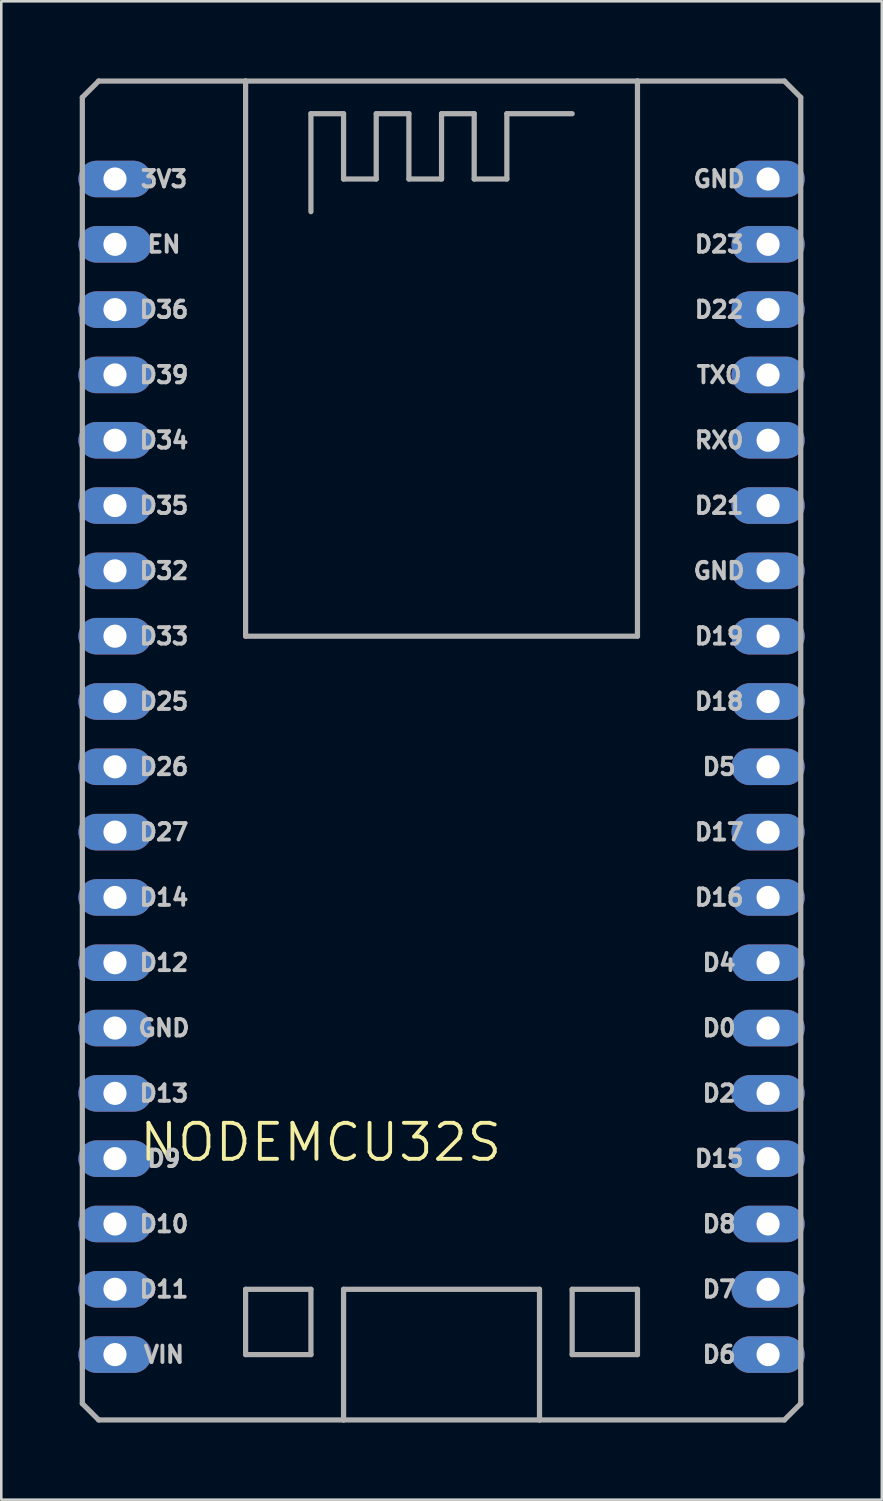
<source format=kicad_pcb>
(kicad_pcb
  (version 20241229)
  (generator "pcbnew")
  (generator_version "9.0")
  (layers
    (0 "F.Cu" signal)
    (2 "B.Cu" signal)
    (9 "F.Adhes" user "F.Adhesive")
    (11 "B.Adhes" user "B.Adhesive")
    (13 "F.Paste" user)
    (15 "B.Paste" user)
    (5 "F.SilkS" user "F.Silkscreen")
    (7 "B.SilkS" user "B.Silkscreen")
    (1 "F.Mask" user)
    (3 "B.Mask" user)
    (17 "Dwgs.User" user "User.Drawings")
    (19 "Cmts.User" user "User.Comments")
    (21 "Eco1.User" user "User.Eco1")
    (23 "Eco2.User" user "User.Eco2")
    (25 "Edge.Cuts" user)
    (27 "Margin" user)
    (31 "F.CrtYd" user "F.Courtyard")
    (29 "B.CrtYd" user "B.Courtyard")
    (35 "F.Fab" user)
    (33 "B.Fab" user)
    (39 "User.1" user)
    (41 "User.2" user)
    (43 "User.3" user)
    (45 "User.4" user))
  (footprint "NODEMCU32S"
    (layer "F.Cu")
    (at 15.392 25.502)
    (property "Reference" "NODEMCU32S" (at -5.969 15.875 180) (layer "F.SilkS") (effects (font (size 1.4 1.4) (thickness 0.15))))
    (attr through_hole)
    (fp_line (start -15.24 -24.765) (end -14.605 -25.4) (stroke (width 0.203) (type solid)) (layer "F.Fab"))
    (fp_line (start -15.24 26.035) (end -15.24 -24.765) (stroke (width 0.203) (type solid)) (layer "F.Fab"))
    (fp_line (start -15.24 26.035) (end -14.605 26.67) (stroke (width 0.203) (type solid)) (layer "F.Fab"))
    (fp_line (start -14.605 -25.4) (end -8.89 -25.4) (stroke (width 0.203) (type solid)) (layer "F.Fab"))
    (fp_line (start -14.605 26.67) (end -5.08 26.67) (stroke (width 0.203) (type solid)) (layer "F.Fab"))
    (fp_line (start -8.89 -25.4) (end -8.89 -3.81) (stroke (width 0.203) (type solid)) (layer "F.Fab"))
    (fp_line (start -8.89 -25.4) (end 6.35 -25.4) (stroke (width 0.203) (type solid)) (layer "F.Fab"))
    (fp_line (start -8.89 -3.81) (end 6.35 -3.81) (stroke (width 0.203) (type solid)) (layer "F.Fab"))
    (fp_line (start -8.89 21.59) (end -6.35 21.59) (stroke (width 0.203) (type solid)) (layer "F.Fab"))
    (fp_line (start -8.89 24.13) (end -8.89 21.59) (stroke (width 0.203) (type solid)) (layer "F.Fab"))
    (fp_line (start -6.35 -24.13) (end -5.08 -24.13) (stroke (width 0.203) (type solid)) (layer "F.Fab"))
    (fp_line (start -6.35 -20.32) (end -6.35 -24.13) (stroke (width 0.203) (type solid)) (layer "F.Fab"))
    (fp_line (start -6.35 21.59) (end -6.35 24.13) (stroke (width 0.203) (type solid)) (layer "F.Fab"))
    (fp_line (start -6.35 24.13) (end -8.89 24.13) (stroke (width 0.203) (type solid)) (layer "F.Fab"))
    (fp_line (start -5.08 -24.13) (end -5.08 -21.59) (stroke (width 0.203) (type solid)) (layer "F.Fab"))
    (fp_line (start -5.08 -21.59) (end -3.81 -21.59) (stroke (width 0.203) (type solid)) (layer "F.Fab"))
    (fp_line (start -5.08 21.59) (end 2.54 21.59) (stroke (width 0.203) (type solid)) (layer "F.Fab"))
    (fp_line (start -5.08 26.67) (end -5.08 21.59) (stroke (width 0.203) (type solid)) (layer "F.Fab"))
    (fp_line (start -5.08 26.67) (end 2.54 26.67) (stroke (width 0.203) (type solid)) (layer "F.Fab"))
    (fp_line (start -3.81 -24.13) (end -2.54 -24.13) (stroke (width 0.203) (type solid)) (layer "F.Fab"))
    (fp_line (start -3.81 -21.59) (end -3.81 -24.13) (stroke (width 0.203) (type solid)) (layer "F.Fab"))
    (fp_line (start -2.54 -24.13) (end -2.54 -21.59) (stroke (width 0.203) (type solid)) (layer "F.Fab"))
    (fp_line (start -2.54 -21.59) (end -1.27 -21.59) (stroke (width 0.203) (type solid)) (layer "F.Fab"))
    (fp_line (start -1.27 -24.13) (end 0 -24.13) (stroke (width 0.203) (type solid)) (layer "F.Fab"))
    (fp_line (start -1.27 -21.59) (end -1.27 -24.13) (stroke (width 0.203) (type solid)) (layer "F.Fab"))
    (fp_line (start 0 -24.13) (end 0 -21.59) (stroke (width 0.203) (type solid)) (layer "F.Fab"))
    (fp_line (start 0 -21.59) (end 1.27 -21.59) (stroke (width 0.203) (type solid)) (layer "F.Fab"))
    (fp_line (start 1.27 -24.13) (end 3.81 -24.13) (stroke (width 0.203) (type solid)) (layer "F.Fab"))
    (fp_line (start 1.27 -21.59) (end 1.27 -24.13) (stroke (width 0.203) (type solid)) (layer "F.Fab"))
    (fp_line (start 2.54 21.59) (end 2.54 26.67) (stroke (width 0.203) (type solid)) (layer "F.Fab"))
    (fp_line (start 2.54 26.67) (end 12.065 26.67) (stroke (width 0.203) (type solid)) (layer "F.Fab"))
    (fp_line (start 3.81 21.59) (end 3.81 24.13) (stroke (width 0.203) (type solid)) (layer "F.Fab"))
    (fp_line (start 3.81 24.13) (end 6.35 24.13) (stroke (width 0.203) (type solid)) (layer "F.Fab"))
    (fp_line (start 6.35 -25.4) (end 12.065 -25.4) (stroke (width 0.203) (type solid)) (layer "F.Fab"))
    (fp_line (start 6.35 -3.81) (end 6.35 -25.4) (stroke (width 0.203) (type solid)) (layer "F.Fab"))
    (fp_line (start 6.35 21.59) (end 3.81 21.59) (stroke (width 0.203) (type solid)) (layer "F.Fab"))
    (fp_line (start 6.35 24.13) (end 6.35 21.59) (stroke (width 0.203) (type solid)) (layer "F.Fab"))
    (fp_line (start 12.065 -25.4) (end 12.7 -24.765) (stroke (width 0.203) (type solid)) (layer "F.Fab"))
    (fp_line (start 12.7 -24.765) (end 12.7 26.035) (stroke (width 0.203) (type solid)) (layer "F.Fab"))
    (fp_line (start 12.7 26.035) (end 12.065 26.67) (stroke (width 0.203) (type solid)) (layer "F.Fab"))
    (fp_text user "D7" (at 9.525 21.59 0) (layer "Dwgs.User") (effects (font (size 0.64 0.64) (thickness 0.15))))
    (fp_text user "D14" (at -12.065 6.35 0) (layer "Dwgs.User") (effects (font (size 0.64 0.64) (thickness 0.15))))
    (fp_text user "D18" (at 9.525 -1.27 0) (layer "Dwgs.User") (effects (font (size 0.64 0.64) (thickness 0.15))))
    (fp_text user "D2" (at 9.525 13.97 0) (layer "Dwgs.User") (effects (font (size 0.64 0.64) (thickness 0.15))))
    (fp_text user "D21" (at 9.525 -8.89 0) (layer "Dwgs.User") (effects (font (size 0.64 0.64) (thickness 0.15))))
    (fp_text user "D19" (at 9.525 -3.81 0) (layer "Dwgs.User") (effects (font (size 0.64 0.64) (thickness 0.15))))
    (fp_text user "TX0" (at 9.525 -13.97 0) (layer "Dwgs.User") (effects (font (size 0.64 0.64) (thickness 0.15))))
    (fp_text user "GND" (at 9.525 -21.59 0) (layer "Dwgs.User") (effects (font (size 0.64 0.64) (thickness 0.15))))
    (fp_text user "D35" (at -12.065 -8.89 0) (layer "Dwgs.User") (effects (font (size 0.64 0.64) (thickness 0.15))))
    (fp_text user "D12" (at -12.065 8.89 0) (layer "Dwgs.User") (effects (font (size 0.64 0.64) (thickness 0.15))))
    (fp_text user "D9" (at -12.065 16.51 0) (layer "Dwgs.User") (effects (font (size 0.64 0.64) (thickness 0.15))))
    (fp_text user "D25" (at -12.065 -1.27 0) (layer "Dwgs.User") (effects (font (size 0.64 0.64) (thickness 0.15))))
    (fp_text user "GND" (at 9.525 -6.35 0) (layer "Dwgs.User") (effects (font (size 0.64 0.64) (thickness 0.15))))
    (fp_text user "D11" (at -12.065 21.59 0) (layer "Dwgs.User") (effects (font (size 0.64 0.64) (thickness 0.15))))
    (fp_text user "D16" (at 9.525 6.35 0) (layer "Dwgs.User") (effects (font (size 0.64 0.64) (thickness 0.15))))
    (fp_text user "D0" (at 9.525 11.43 0) (layer "Dwgs.User") (effects (font (size 0.64 0.64) (thickness 0.15))))
    (fp_text user "D6" (at 9.525 24.13 0) (layer "Dwgs.User") (effects (font (size 0.64 0.64) (thickness 0.15))))
    (fp_text user "D34" (at -12.065 -11.43 0) (layer "Dwgs.User") (effects (font (size 0.64 0.64) (thickness 0.15))))
    (fp_text user "D22" (at 9.525 -16.51 0) (layer "Dwgs.User") (effects (font (size 0.64 0.64) (thickness 0.15))))
    (fp_text user "D36" (at -12.065 -16.51 0) (layer "Dwgs.User") (effects (font (size 0.64 0.64) (thickness 0.15))))
    (fp_text user "D26" (at -12.065 1.27 0) (layer "Dwgs.User") (effects (font (size 0.64 0.64) (thickness 0.15))))
    (fp_text user "D32" (at -12.065 -6.35 0) (layer "Dwgs.User") (effects (font (size 0.64 0.64) (thickness 0.15))))
    (fp_text user "RX0" (at 9.525 -11.43 0) (layer "Dwgs.User") (effects (font (size 0.64 0.64) (thickness 0.15))))
    (fp_text user "D13" (at -12.065 13.97 0) (layer "Dwgs.User") (effects (font (size 0.64 0.64) (thickness 0.15))))
    (fp_text user "GND" (at -12.065 11.43 0) (layer "Dwgs.User") (effects (font (size 0.64 0.64) (thickness 0.15))))
    (fp_text user "D17" (at 9.525 3.81 0) (layer "Dwgs.User") (effects (font (size 0.64 0.64) (thickness 0.15))))
    (fp_text user "VIN" (at -12.065 24.13 0) (layer "Dwgs.User") (effects (font (size 0.64 0.64) (thickness 0.15))))
    (fp_text user "D23" (at 9.525 -19.05 0) (layer "Dwgs.User") (effects (font (size 0.64 0.64) (thickness 0.15))))
    (fp_text user "D5" (at 9.525 1.27 0) (layer "Dwgs.User") (effects (font (size 0.64 0.64) (thickness 0.15))))
    (fp_text user "D8" (at 9.525 19.05 0) (layer "Dwgs.User") (effects (font (size 0.64 0.64) (thickness 0.15))))
    (fp_text user "D4" (at 9.525 8.89 0) (layer "Dwgs.User") (effects (font (size 0.64 0.64) (thickness 0.15))))
    (fp_text user "EN" (at -12.065 -19.05 0) (layer "Dwgs.User") (effects (font (size 0.64 0.64) (thickness 0.15))))
    (fp_text user "D33" (at -12.065 -3.81 0) (layer "Dwgs.User") (effects (font (size 0.64 0.64) (thickness 0.15))))
    (fp_text user "D10" (at -12.065 19.05 0) (layer "Dwgs.User") (effects (font (size 0.64 0.64) (thickness 0.15))))
    (fp_text user "D15" (at 9.525 16.51 0) (layer "Dwgs.User") (effects (font (size 0.64 0.64) (thickness 0.15))))
    (fp_text user "D39" (at -12.065 -13.97 0) (layer "Dwgs.User") (effects (font (size 0.64 0.64) (thickness 0.15))))
    (fp_text user "D27" (at -12.065 3.81 0) (layer "Dwgs.User") (effects (font (size 0.64 0.64) (thickness 0.15))))
    (fp_text user "3V3" (at -12.065 -21.59 0) (layer "Dwgs.User") (effects (font (size 0.64 0.64) (thickness 0.15))))
    (pad "3V3" thru_hole oval (at -13.97 -21.59) (size 2.845 1.422) (drill 0.9) (layers "*.Cu" "*.Mask"))
    (pad "EN" thru_hole oval (at -13.97 -19.05) (size 2.845 1.422) (drill 0.9) (layers "*.Cu" "*.Mask"))
    (pad "GND@1" thru_hole oval (at -13.97 11.43) (size 2.845 1.422) (drill 0.9) (layers "*.Cu" "*.Mask"))
    (pad "GND@2" thru_hole oval (at 11.43 -21.59) (size 2.845 1.422) (drill 0.9) (layers "*.Cu" "*.Mask"))
    (pad "GND@3" thru_hole oval (at 11.43 -6.35) (size 2.845 1.422) (drill 0.9) (layers "*.Cu" "*.Mask"))
    (pad "GPIO0" thru_hole oval (at 11.43 11.43) (size 2.845 1.422) (drill 0.9) (layers "*.Cu" "*.Mask"))
    (pad "GPIO2" thru_hole oval (at 11.43 13.97) (size 2.845 1.422) (drill 0.9) (layers "*.Cu" "*.Mask"))
    (pad "GPIO4" thru_hole oval (at 11.43 8.89) (size 2.845 1.422) (drill 0.9) (layers "*.Cu" "*.Mask"))
    (pad "GPIO5" thru_hole oval (at 11.43 1.27) (size 2.845 1.422) (drill 0.9) (layers "*.Cu" "*.Mask"))
    (pad "GPIO6" thru_hole oval (at 11.43 24.13) (size 2.845 1.422) (drill 0.9) (layers "*.Cu" "*.Mask"))
    (pad "GPIO7" thru_hole oval (at 11.43 21.59) (size 2.845 1.422) (drill 0.9) (layers "*.Cu" "*.Mask"))
    (pad "GPIO8" thru_hole oval (at 11.43 19.05) (size 2.845 1.422) (drill 0.9) (layers "*.Cu" "*.Mask"))
    (pad "GPIO9" thru_hole oval (at -13.97 16.51) (size 2.845 1.422) (drill 0.9) (layers "*.Cu" "*.Mask"))
    (pad "GPIO10" thru_hole oval (at -13.97 19.05) (size 2.845 1.422) (drill 0.9) (layers "*.Cu" "*.Mask"))
    (pad "GPIO11" thru_hole oval (at -13.97 21.59) (size 2.845 1.422) (drill 0.9) (layers "*.Cu" "*.Mask"))
    (pad "GPIO12" thru_hole oval (at -13.97 8.89) (size 2.845 1.422) (drill 0.9) (layers "*.Cu" "*.Mask"))
    (pad "GPIO13" thru_hole oval (at -13.97 13.97) (size 2.845 1.422) (drill 0.9) (layers "*.Cu" "*.Mask"))
    (pad "GPIO14" thru_hole oval (at -13.97 6.35) (size 2.845 1.422) (drill 0.9) (layers "*.Cu" "*.Mask"))
    (pad "GPIO15" thru_hole oval (at 11.43 16.51) (size 2.845 1.422) (drill 0.9) (layers "*.Cu" "*.Mask"))
    (pad "GPIO16" thru_hole oval (at 11.43 6.35) (size 2.845 1.422) (drill 0.9) (layers "*.Cu" "*.Mask"))
    (pad "GPIO17" thru_hole oval (at 11.43 3.81) (size 2.845 1.422) (drill 0.9) (layers "*.Cu" "*.Mask"))
    (pad "GPIO18" thru_hole oval (at 11.43 -1.27) (size 2.845 1.422) (drill 0.9) (layers "*.Cu" "*.Mask"))
    (pad "GPIO19" thru_hole oval (at 11.43 -3.81) (size 2.845 1.422) (drill 0.9) (layers "*.Cu" "*.Mask"))
    (pad "GPIO21" thru_hole oval (at 11.43 -8.89) (size 2.845 1.422) (drill 0.9) (layers "*.Cu" "*.Mask"))
    (pad "GPIO22" thru_hole oval (at 11.43 -16.51) (size 2.845 1.422) (drill 0.9) (layers "*.Cu" "*.Mask"))
    (pad "GPIO23" thru_hole oval (at 11.43 -19.05) (size 2.845 1.422) (drill 0.9) (layers "*.Cu" "*.Mask"))
    (pad "GPIO25" thru_hole oval (at -13.97 -1.27) (size 2.845 1.422) (drill 0.9) (layers "*.Cu" "*.Mask"))
    (pad "GPIO26" thru_hole oval (at -13.97 1.27) (size 2.845 1.422) (drill 0.9) (layers "*.Cu" "*.Mask"))
    (pad "GPIO27" thru_hole oval (at -13.97 3.81) (size 2.845 1.422) (drill 0.9) (layers "*.Cu" "*.Mask"))
    (pad "GPIO32" thru_hole oval (at -13.97 -6.35) (size 2.845 1.422) (drill 0.9) (layers "*.Cu" "*.Mask"))
    (pad "GPIO33" thru_hole oval (at -13.97 -3.81) (size 2.845 1.422) (drill 0.9) (layers "*.Cu" "*.Mask"))
    (pad "GPIO34" thru_hole oval (at -13.97 -11.43) (size 2.845 1.422) (drill 0.9) (layers "*.Cu" "*.Mask"))
    (pad "GPIO35" thru_hole oval (at -13.97 -8.89) (size 2.845 1.422) (drill 0.9) (layers "*.Cu" "*.Mask"))
    (pad "GPIO36" thru_hole oval (at -13.97 -16.51) (size 2.845 1.422) (drill 0.9) (layers "*.Cu" "*.Mask"))
    (pad "GPIO39" thru_hole oval (at -13.97 -13.97) (size 2.845 1.422) (drill 0.9) (layers "*.Cu" "*.Mask"))
    (pad "RX0" thru_hole oval (at 11.43 -11.43) (size 2.845 1.422) (drill 0.9) (layers "*.Cu" "*.Mask"))
    (pad "TX0" thru_hole oval (at 11.43 -13.97) (size 2.845 1.422) (drill 0.9) (layers "*.Cu" "*.Mask"))
    (pad "VIN" thru_hole oval (at -13.97 24.13) (size 2.845 1.422) (drill 0.9) (layers "*.Cu" "*.Mask")))
  (gr_rect
    (start -3 -3)
    (end 31.245 55.273)
    (stroke (width 0.1) (type default))
    (fill no)
    (layer "Edge.Cuts")))
</source>
